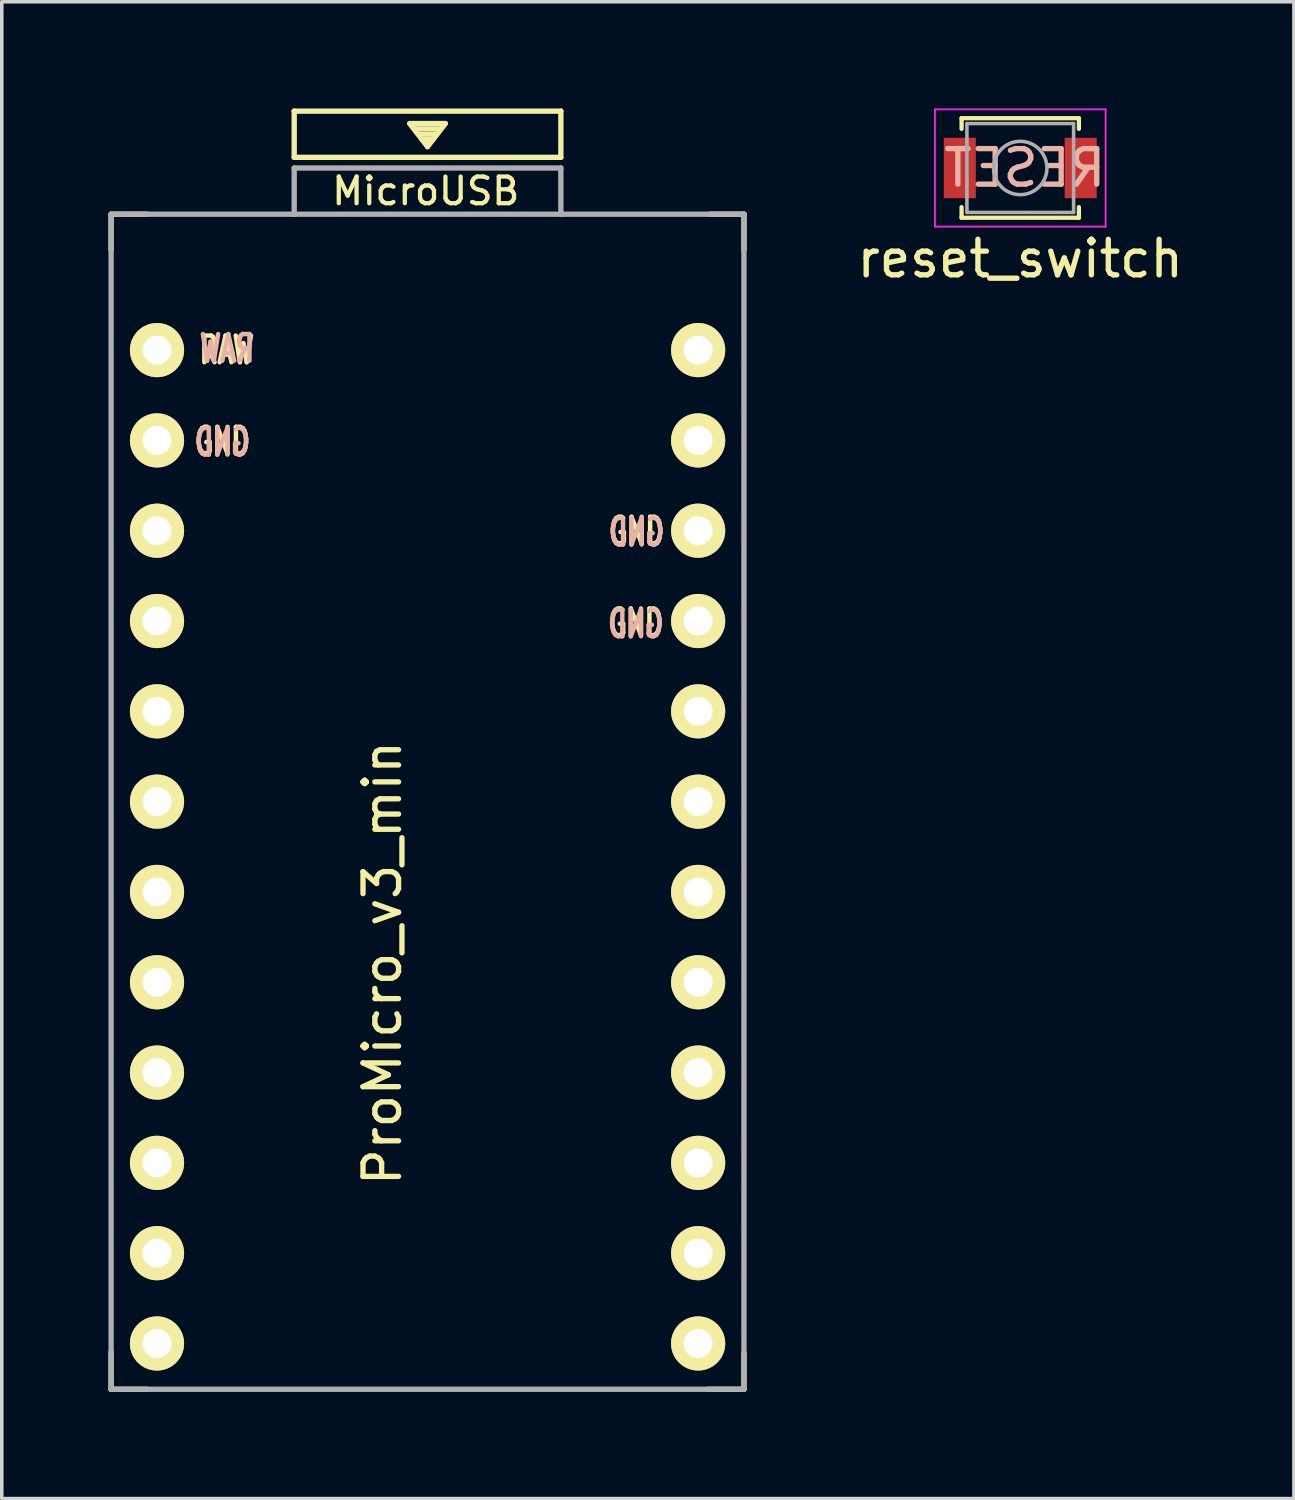
<source format=kicad_pcb>
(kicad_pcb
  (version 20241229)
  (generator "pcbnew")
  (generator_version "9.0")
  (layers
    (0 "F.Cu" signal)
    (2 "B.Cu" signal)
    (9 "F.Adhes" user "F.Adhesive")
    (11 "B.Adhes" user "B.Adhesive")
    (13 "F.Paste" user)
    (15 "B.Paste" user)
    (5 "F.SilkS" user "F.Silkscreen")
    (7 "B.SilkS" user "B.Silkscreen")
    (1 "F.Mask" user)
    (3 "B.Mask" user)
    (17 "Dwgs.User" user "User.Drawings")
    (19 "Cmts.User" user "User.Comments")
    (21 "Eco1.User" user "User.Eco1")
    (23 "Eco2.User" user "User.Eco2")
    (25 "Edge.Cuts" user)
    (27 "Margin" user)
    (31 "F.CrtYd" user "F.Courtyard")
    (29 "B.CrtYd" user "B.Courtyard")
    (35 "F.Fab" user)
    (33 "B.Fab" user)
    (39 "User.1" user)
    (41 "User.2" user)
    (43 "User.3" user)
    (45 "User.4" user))
  (footprint "ProMicro_v3_min"
    (layer "F.Cu")
    (at 8.975 21.275)
    (property "Reference" "ProMicro_v3_min" (at -1.27 2.762 90) (layer "F.SilkS") (effects (font (size 1 1) (thickness 0.15))))
    (attr through_hole)
    (fp_line (start -8.9 -18.3) (end -8.9 -17.3) (stroke (width 0.15) (type solid)) (layer "F.SilkS"))
    (fp_line (start -8.9 -18.3) (end -7.9 -18.3) (stroke (width 0.15) (type solid)) (layer "F.SilkS"))
    (fp_line (start -8.9 13.7) (end -8.9 14.75) (stroke (width 0.15) (type solid)) (layer "F.SilkS"))
    (fp_line (start -8.9 14.75) (end -7.9 14.75) (stroke (width 0.15) (type solid)) (layer "F.SilkS"))
    (fp_line (start -3.75 -21.2) (end -3.75 -19.9) (stroke (width 0.15) (type solid)) (layer "F.SilkS"))
    (fp_line (start -3.75 -19.9) (end 3.75 -19.9) (stroke (width 0.15) (type solid)) (layer "F.SilkS"))
    (fp_line (start -0.5 -20.85) (end 0.5 -20.85) (stroke (width 0.15) (type solid)) (layer "F.SilkS"))
    (fp_line (start -0.35 -20.7) (end 0.35 -20.7) (stroke (width 0.15) (type solid)) (layer "F.SilkS"))
    (fp_line (start -0.25 -20.55) (end 0.25 -20.55) (stroke (width 0.15) (type solid)) (layer "F.SilkS"))
    (fp_line (start -0.15 -20.4) (end 0.15 -20.4) (stroke (width 0.15) (type solid)) (layer "F.SilkS"))
    (fp_line (start 0 -20.2) (end -0.5 -20.85) (stroke (width 0.15) (type solid)) (layer "F.SilkS"))
    (fp_line (start 0.5 -20.85) (end 0 -20.2) (stroke (width 0.15) (type solid)) (layer "F.SilkS"))
    (fp_line (start 3.75 -21.2) (end -3.75 -21.2) (stroke (width 0.15) (type solid)) (layer "F.SilkS"))
    (fp_line (start 3.75 -19.9) (end 3.75 -21.2) (stroke (width 0.15) (type solid)) (layer "F.SilkS"))
    (fp_line (start 8.9 -18.3) (end 7.95 -18.3) (stroke (width 0.15) (type solid)) (layer "F.SilkS"))
    (fp_line (start 8.9 -18.3) (end 8.9 -17.3) (stroke (width 0.15) (type solid)) (layer "F.SilkS"))
    (fp_line (start 8.9 13.75) (end 8.9 14.75) (stroke (width 0.15) (type solid)) (layer "F.SilkS"))
    (fp_line (start 8.9 14.75) (end 7.89 14.75) (stroke (width 0.15) (type solid)) (layer "F.SilkS"))
    (fp_line (start -8.9 -18.3) (end -3.75 -18.3) (stroke (width 0.15) (type solid)) (layer "F.Fab"))
    (fp_line (start -8.9 14.75) (end -8.9 -18.3) (stroke (width 0.15) (type solid)) (layer "F.Fab"))
    (fp_line (start -3.75 -19.6) (end -3.75 -18.299) (stroke (width 0.15) (type solid)) (layer "F.Fab"))
    (fp_line (start -3.75 -19.6) (end 3.75 -19.6) (stroke (width 0.15) (type solid)) (layer "F.Fab"))
    (fp_line (start -3.75 -18.3) (end 3.75 -18.3) (stroke (width 0.15) (type solid)) (layer "F.Fab"))
    (fp_line (start 3.75 -19.6) (end 3.75 -18.3) (stroke (width 0.15) (type solid)) (layer "F.Fab"))
    (fp_line (start 3.76 -18.3) (end 8.9 -18.3) (stroke (width 0.15) (type solid)) (layer "F.Fab"))
    (fp_line (start 8.9 -18.3) (end 8.9 14.75) (stroke (width 0.15) (type solid)) (layer "F.Fab"))
    (fp_line (start 8.9 14.75) (end -8.9 14.75) (stroke (width 0.15) (type solid)) (layer "F.Fab"))
    (fp_text user "GND" (at -5.77 -11.91 0) (layer "F.SilkS") (effects (font (size 0.75 0.5) (thickness 0.125))))
    (fp_text user "GND" (at 5.86 -6.8 0) (layer "F.SilkS") (effects (font (size 0.75 0.5) (thickness 0.125))))
    (fp_text user "MicroUSB" (at -0.05 -18.95 0) (layer "F.SilkS") (effects (font (size 0.75 0.75) (thickness 0.12))))
    (fp_text user "GND" (at 5.88 -9.38 0) (layer "F.SilkS") (effects (font (size 0.75 0.5) (thickness 0.125))))
    (fp_text user "RAW" (at -5.646 -14.478 0) (layer "F.SilkS") (effects (font (size 0.75 0.5) (thickness 0.125))))
    (fp_text user "" (at -0.5 -17.25 0) (layer "F.SilkS") (effects (font (size 1 1) (thickness 0.15))))
    (fp_text user "" (at -1.206 -16.256 0) (layer "B.SilkS") (effects (font (size 1 1) (thickness 0.15)) (justify mirror)))
    (fp_text user "RAW" (at -5.64 -14.52 0) (unlocked yes) (layer "B.SilkS") (effects (font (size 0.75 0.5) (thickness 0.125)) (justify mirror)))
    (fp_text user "GND" (at 5.88 -9.35 0) (layer "B.SilkS") (effects (font (size 0.75 0.5) (thickness 0.125)) (justify mirror)))
    (fp_text user "GND" (at 5.86 -6.77 0) (layer "B.SilkS") (effects (font (size 0.75 0.5) (thickness 0.125)) (justify mirror)))
    (fp_text user "GND" (at -5.77 -11.88 0) (layer "B.SilkS") (effects (font (size 0.75 0.5) (thickness 0.125)) (justify mirror)))
    (pad "1" thru_hole circle (at 7.611 -14.478) (size 1.524 1.524) (drill 0.813) (layers "*.Cu" "B.Mask" "F.SilkS"))
    (pad "2" thru_hole circle (at 7.611 -11.938) (size 1.524 1.524) (drill 0.813) (layers "*.Cu" "B.Mask" "F.SilkS"))
    (pad "3" thru_hole circle (at 7.611 -9.398) (size 1.524 1.524) (drill 0.813) (layers "*.Cu" "B.Mask" "F.SilkS"))
    (pad "4" thru_hole circle (at 7.611 -6.858) (size 1.524 1.524) (drill 0.813) (layers "*.Cu" "B.Mask" "F.SilkS"))
    (pad "5" thru_hole circle (at 7.611 -4.318) (size 1.524 1.524) (drill 0.813) (layers "*.Cu" "B.Mask" "F.SilkS"))
    (pad "6" thru_hole circle (at 7.611 -1.778) (size 1.524 1.524) (drill 0.813) (layers "*.Cu" "B.Mask" "F.SilkS"))
    (pad "7" thru_hole circle (at 7.611 0.762) (size 1.524 1.524) (drill 0.813) (layers "*.Cu" "B.Mask" "F.SilkS"))
    (pad "8" thru_hole circle (at 7.611 3.302) (size 1.524 1.524) (drill 0.813) (layers "*.Cu" "B.Mask" "F.SilkS"))
    (pad "9" thru_hole circle (at 7.611 5.842) (size 1.524 1.524) (drill 0.813) (layers "*.Cu" "B.Mask" "F.SilkS"))
    (pad "10" thru_hole circle (at 7.611 8.382) (size 1.524 1.524) (drill 0.813) (layers "*.Cu" "B.Mask" "F.SilkS"))
    (pad "11" thru_hole circle (at 7.611 10.922) (size 1.524 1.524) (drill 0.813) (layers "*.Cu" "B.Mask" "F.SilkS"))
    (pad "12" thru_hole circle (at 7.611 13.462) (size 1.524 1.524) (drill 0.813) (layers "*.Cu" "B.Mask" "F.SilkS"))
    (pad "13" thru_hole circle (at -7.609 13.462) (size 1.524 1.524) (drill 0.813) (layers "*.Cu" "B.Mask" "F.SilkS"))
    (pad "14" thru_hole circle (at -7.609 10.922) (size 1.524 1.524) (drill 0.813) (layers "*.Cu" "B.Mask" "F.SilkS"))
    (pad "15" thru_hole circle (at -7.609 8.382) (size 1.524 1.524) (drill 0.813) (layers "*.Cu" "B.Mask" "F.SilkS"))
    (pad "16" thru_hole circle (at -7.609 5.842) (size 1.524 1.524) (drill 0.813) (layers "*.Cu" "B.Mask" "F.SilkS"))
    (pad "17" thru_hole circle (at -7.609 3.302) (size 1.524 1.524) (drill 0.813) (layers "*.Cu" "B.Mask" "F.SilkS"))
    (pad "18" thru_hole circle (at -7.609 0.762) (size 1.524 1.524) (drill 0.813) (layers "*.Cu" "B.Mask" "F.SilkS"))
    (pad "19" thru_hole circle (at -7.609 -1.778) (size 1.524 1.524) (drill 0.813) (layers "*.Cu" "B.Mask" "F.SilkS"))
    (pad "20" thru_hole circle (at -7.609 -4.318) (size 1.524 1.524) (drill 0.813) (layers "*.Cu" "B.Mask" "F.SilkS"))
    (pad "21" thru_hole circle (at -7.609 -6.858) (size 1.524 1.524) (drill 0.813) (layers "*.Cu" "B.Mask" "F.SilkS"))
    (pad "22" thru_hole circle (at -7.609 -9.398) (size 1.524 1.524) (drill 0.813) (layers "*.Cu" "B.Mask" "F.SilkS"))
    (pad "23" thru_hole circle (at -7.609 -11.938) (size 1.524 1.524) (drill 0.813) (layers "*.Cu" "B.Mask" "F.SilkS"))
    (pad "24" thru_hole circle (at -7.609 -14.478) (size 1.524 1.524) (drill 0.813) (layers "*.Cu" "B.Mask" "F.SilkS")))
  (footprint "reset_switch"
    (layer "F.Cu")
    (at 25.646 1.675)
    (property "Reference" "reset_switch" (at 0 2.55 0) (layer "F.SilkS") (effects (font (size 1 1) (thickness 0.15))))
    (attr smd)
    (fp_line (start -1.65 -1.4) (end 1.65 -1.4) (stroke (width 0.12) (type solid)) (layer "F.SilkS"))
    (fp_line (start -1.65 -1.1) (end -1.65 -1.4) (stroke (width 0.12) (type solid)) (layer "F.SilkS"))
    (fp_line (start -1.65 1.1) (end -1.65 1.4) (stroke (width 0.12) (type solid)) (layer "F.SilkS"))
    (fp_line (start -1.65 1.4) (end 1.65 1.4) (stroke (width 0.12) (type solid)) (layer "F.SilkS"))
    (fp_line (start 1.65 -1.4) (end 1.65 -1.1) (stroke (width 0.12) (type solid)) (layer "F.SilkS"))
    (fp_line (start 1.65 1.4) (end 1.65 1.1) (stroke (width 0.12) (type solid)) (layer "F.SilkS"))
    (fp_line (start -2.4 -1.65) (end -2.4 1.65) (stroke (width 0.05) (type solid)) (layer "F.CrtYd"))
    (fp_line (start -2.4 1.65) (end 2.4 1.65) (stroke (width 0.05) (type solid)) (layer "F.CrtYd"))
    (fp_line (start 2.4 -1.65) (end -2.4 -1.65) (stroke (width 0.05) (type solid)) (layer "F.CrtYd"))
    (fp_line (start 2.4 1.65) (end 2.4 -1.65) (stroke (width 0.05) (type solid)) (layer "F.CrtYd"))
    (fp_line (start -1.5 -1.25) (end 1.5 -1.25) (stroke (width 0.1) (type solid)) (layer "F.Fab"))
    (fp_line (start -1.5 1.25) (end -1.5 -1.25) (stroke (width 0.1) (type solid)) (layer "F.Fab"))
    (fp_line (start 1.5 -1.25) (end 1.5 1.25) (stroke (width 0.1) (type solid)) (layer "F.Fab"))
    (fp_line (start 1.5 1.25) (end -1.5 1.25) (stroke (width 0.1) (type solid)) (layer "F.Fab"))
    (fp_circle (center 0 0) (end 0.75 0) (stroke (width 0.1) (type solid)) (fill no) (layer "F.Fab"))
    (fp_text user "RESET" (at 0.127 0 0) (layer "B.SilkS") (effects (font (size 1 1) (thickness 0.15)) (justify mirror)))
    (pad "1" smd rect (at -1.7 0) (size 0.9 1.7) (layers "F.Cu" "F.Mask" "F.Paste"))
    (pad "2" smd rect (at 1.7 0) (size 0.9 1.7) (layers "F.Cu" "F.Mask" "F.Paste")))
  (gr_rect
    (start -3 -3)
    (end 33.343 39.1)
    (stroke (width 0.1) (type default))
    (fill no)
    (layer "Edge.Cuts")))
</source>
